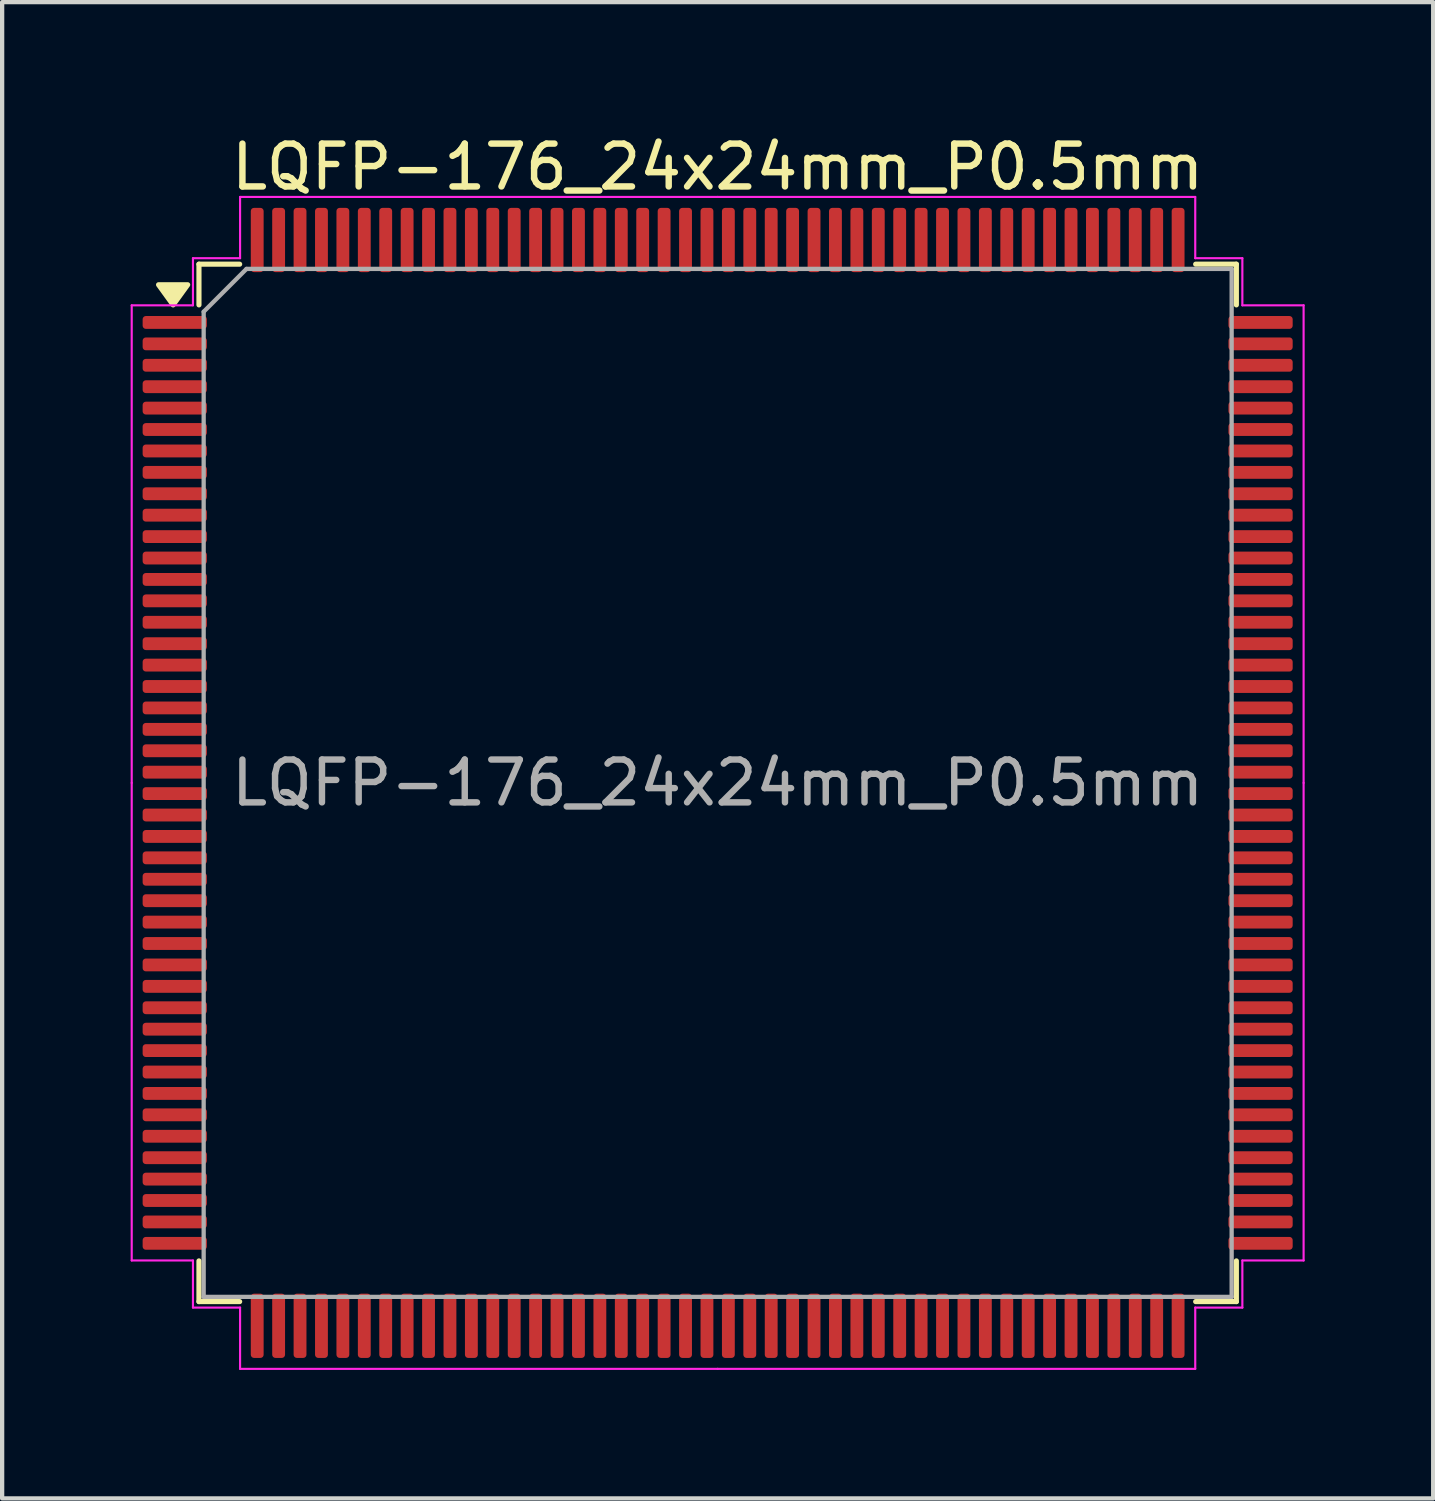
<source format=kicad_pcb>
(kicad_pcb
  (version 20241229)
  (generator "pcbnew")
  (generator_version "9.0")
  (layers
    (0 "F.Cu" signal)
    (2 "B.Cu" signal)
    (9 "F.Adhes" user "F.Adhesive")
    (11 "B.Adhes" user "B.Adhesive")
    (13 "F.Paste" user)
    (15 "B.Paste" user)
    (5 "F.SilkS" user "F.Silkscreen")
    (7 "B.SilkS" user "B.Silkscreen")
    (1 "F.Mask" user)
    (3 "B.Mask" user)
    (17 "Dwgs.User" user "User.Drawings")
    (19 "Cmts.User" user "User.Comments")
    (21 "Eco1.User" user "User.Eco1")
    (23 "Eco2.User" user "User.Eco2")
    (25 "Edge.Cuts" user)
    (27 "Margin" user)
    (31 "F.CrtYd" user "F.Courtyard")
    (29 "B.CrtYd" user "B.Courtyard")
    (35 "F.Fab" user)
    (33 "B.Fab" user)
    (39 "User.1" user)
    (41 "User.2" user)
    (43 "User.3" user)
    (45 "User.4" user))
  (footprint "LQFP-176_24x24mm_P0.5mm"
    (layer "F.Cu")
    (at 13.705 15.228)
    (property "Reference" "LQFP-176_24x24mm_P0.5mm" (at 0 -14.38 0) (layer "F.SilkS") (effects (font (size 1 1) (thickness 0.15))))
    (attr smd)
    (fp_line (start -12.11 -12.11) (end -12.11 -11.16) (stroke (width 0.12) (type solid)) (layer "F.SilkS"))
    (fp_line (start -12.11 12.11) (end -12.11 11.16) (stroke (width 0.12) (type solid)) (layer "F.SilkS"))
    (fp_line (start -11.16 -12.11) (end -12.11 -12.11) (stroke (width 0.12) (type solid)) (layer "F.SilkS"))
    (fp_line (start -11.16 12.11) (end -12.11 12.11) (stroke (width 0.12) (type solid)) (layer "F.SilkS"))
    (fp_line (start 11.16 -12.11) (end 12.11 -12.11) (stroke (width 0.12) (type solid)) (layer "F.SilkS"))
    (fp_line (start 11.16 12.11) (end 12.11 12.11) (stroke (width 0.12) (type solid)) (layer "F.SilkS"))
    (fp_line (start 12.11 -12.11) (end 12.11 -11.16) (stroke (width 0.12) (type solid)) (layer "F.SilkS"))
    (fp_line (start 12.11 12.11) (end 12.11 11.16) (stroke (width 0.12) (type solid)) (layer "F.SilkS"))
    (fp_poly (pts (xy -12.713 -11.16) (xy -13.053 -11.63) (xy -12.373 -11.63) (xy -12.713 -11.16)) (stroke (width 0.12) (type solid)) (fill yes) (layer "F.SilkS"))
    (fp_line (start -13.68 -11.15) (end -13.68 0) (stroke (width 0.05) (type solid)) (layer "F.CrtYd"))
    (fp_line (start -13.68 11.15) (end -13.68 0) (stroke (width 0.05) (type solid)) (layer "F.CrtYd"))
    (fp_line (start -12.25 -12.25) (end -12.25 -11.15) (stroke (width 0.05) (type solid)) (layer "F.CrtYd"))
    (fp_line (start -12.25 -11.15) (end -13.68 -11.15) (stroke (width 0.05) (type solid)) (layer "F.CrtYd"))
    (fp_line (start -12.25 11.15) (end -13.68 11.15) (stroke (width 0.05) (type solid)) (layer "F.CrtYd"))
    (fp_line (start -12.25 12.25) (end -12.25 11.15) (stroke (width 0.05) (type solid)) (layer "F.CrtYd"))
    (fp_line (start -11.15 -13.68) (end -11.15 -12.25) (stroke (width 0.05) (type solid)) (layer "F.CrtYd"))
    (fp_line (start -11.15 -12.25) (end -12.25 -12.25) (stroke (width 0.05) (type solid)) (layer "F.CrtYd"))
    (fp_line (start -11.15 12.25) (end -12.25 12.25) (stroke (width 0.05) (type solid)) (layer "F.CrtYd"))
    (fp_line (start -11.15 13.68) (end -11.15 12.25) (stroke (width 0.05) (type solid)) (layer "F.CrtYd"))
    (fp_line (start 0 -13.68) (end -11.15 -13.68) (stroke (width 0.05) (type solid)) (layer "F.CrtYd"))
    (fp_line (start 0 -13.68) (end 11.15 -13.68) (stroke (width 0.05) (type solid)) (layer "F.CrtYd"))
    (fp_line (start 0 13.68) (end -11.15 13.68) (stroke (width 0.05) (type solid)) (layer "F.CrtYd"))
    (fp_line (start 0 13.68) (end 11.15 13.68) (stroke (width 0.05) (type solid)) (layer "F.CrtYd"))
    (fp_line (start 11.15 -13.68) (end 11.15 -12.25) (stroke (width 0.05) (type solid)) (layer "F.CrtYd"))
    (fp_line (start 11.15 -12.25) (end 12.25 -12.25) (stroke (width 0.05) (type solid)) (layer "F.CrtYd"))
    (fp_line (start 11.15 12.25) (end 12.25 12.25) (stroke (width 0.05) (type solid)) (layer "F.CrtYd"))
    (fp_line (start 11.15 13.68) (end 11.15 12.25) (stroke (width 0.05) (type solid)) (layer "F.CrtYd"))
    (fp_line (start 12.25 -12.25) (end 12.25 -11.15) (stroke (width 0.05) (type solid)) (layer "F.CrtYd"))
    (fp_line (start 12.25 -11.15) (end 13.68 -11.15) (stroke (width 0.05) (type solid)) (layer "F.CrtYd"))
    (fp_line (start 12.25 11.15) (end 13.68 11.15) (stroke (width 0.05) (type solid)) (layer "F.CrtYd"))
    (fp_line (start 12.25 12.25) (end 12.25 11.15) (stroke (width 0.05) (type solid)) (layer "F.CrtYd"))
    (fp_line (start 13.68 -11.15) (end 13.68 0) (stroke (width 0.05) (type solid)) (layer "F.CrtYd"))
    (fp_line (start 13.68 11.15) (end 13.68 0) (stroke (width 0.05) (type solid)) (layer "F.CrtYd"))
    (fp_line (start -12 -11) (end -11 -12) (stroke (width 0.1) (type solid)) (layer "F.Fab"))
    (fp_line (start -12 12) (end -12 -11) (stroke (width 0.1) (type solid)) (layer "F.Fab"))
    (fp_line (start -11 -12) (end 12 -12) (stroke (width 0.1) (type solid)) (layer "F.Fab"))
    (fp_line (start 12 -12) (end 12 12) (stroke (width 0.1) (type solid)) (layer "F.Fab"))
    (fp_line (start 12 12) (end -12 12) (stroke (width 0.1) (type solid)) (layer "F.Fab"))
    (fp_text user "${REFERENCE}" (at 0 0 0) (layer "F.Fab") (effects (font (size 1 1) (thickness 0.15))))
    (pad "1" smd roundrect (at -12.675 -10.75) (size 1.5 0.3) (layers "F.Cu" "F.Mask" "F.Paste") (roundrect_rratio 0.25))
    (pad "2" smd roundrect (at -12.675 -10.25) (size 1.5 0.3) (layers "F.Cu" "F.Mask" "F.Paste") (roundrect_rratio 0.25))
    (pad "3" smd roundrect (at -12.675 -9.75) (size 1.5 0.3) (layers "F.Cu" "F.Mask" "F.Paste") (roundrect_rratio 0.25))
    (pad "4" smd roundrect (at -12.675 -9.25) (size 1.5 0.3) (layers "F.Cu" "F.Mask" "F.Paste") (roundrect_rratio 0.25))
    (pad "5" smd roundrect (at -12.675 -8.75) (size 1.5 0.3) (layers "F.Cu" "F.Mask" "F.Paste") (roundrect_rratio 0.25))
    (pad "6" smd roundrect (at -12.675 -8.25) (size 1.5 0.3) (layers "F.Cu" "F.Mask" "F.Paste") (roundrect_rratio 0.25))
    (pad "7" smd roundrect (at -12.675 -7.75) (size 1.5 0.3) (layers "F.Cu" "F.Mask" "F.Paste") (roundrect_rratio 0.25))
    (pad "8" smd roundrect (at -12.675 -7.25) (size 1.5 0.3) (layers "F.Cu" "F.Mask" "F.Paste") (roundrect_rratio 0.25))
    (pad "9" smd roundrect (at -12.675 -6.75) (size 1.5 0.3) (layers "F.Cu" "F.Mask" "F.Paste") (roundrect_rratio 0.25))
    (pad "10" smd roundrect (at -12.675 -6.25) (size 1.5 0.3) (layers "F.Cu" "F.Mask" "F.Paste") (roundrect_rratio 0.25))
    (pad "11" smd roundrect (at -12.675 -5.75) (size 1.5 0.3) (layers "F.Cu" "F.Mask" "F.Paste") (roundrect_rratio 0.25))
    (pad "12" smd roundrect (at -12.675 -5.25) (size 1.5 0.3) (layers "F.Cu" "F.Mask" "F.Paste") (roundrect_rratio 0.25))
    (pad "13" smd roundrect (at -12.675 -4.75) (size 1.5 0.3) (layers "F.Cu" "F.Mask" "F.Paste") (roundrect_rratio 0.25))
    (pad "14" smd roundrect (at -12.675 -4.25) (size 1.5 0.3) (layers "F.Cu" "F.Mask" "F.Paste") (roundrect_rratio 0.25))
    (pad "15" smd roundrect (at -12.675 -3.75) (size 1.5 0.3) (layers "F.Cu" "F.Mask" "F.Paste") (roundrect_rratio 0.25))
    (pad "16" smd roundrect (at -12.675 -3.25) (size 1.5 0.3) (layers "F.Cu" "F.Mask" "F.Paste") (roundrect_rratio 0.25))
    (pad "17" smd roundrect (at -12.675 -2.75) (size 1.5 0.3) (layers "F.Cu" "F.Mask" "F.Paste") (roundrect_rratio 0.25))
    (pad "18" smd roundrect (at -12.675 -2.25) (size 1.5 0.3) (layers "F.Cu" "F.Mask" "F.Paste") (roundrect_rratio 0.25))
    (pad "19" smd roundrect (at -12.675 -1.75) (size 1.5 0.3) (layers "F.Cu" "F.Mask" "F.Paste") (roundrect_rratio 0.25))
    (pad "20" smd roundrect (at -12.675 -1.25) (size 1.5 0.3) (layers "F.Cu" "F.Mask" "F.Paste") (roundrect_rratio 0.25))
    (pad "21" smd roundrect (at -12.675 -0.75) (size 1.5 0.3) (layers "F.Cu" "F.Mask" "F.Paste") (roundrect_rratio 0.25))
    (pad "22" smd roundrect (at -12.675 -0.25) (size 1.5 0.3) (layers "F.Cu" "F.Mask" "F.Paste") (roundrect_rratio 0.25))
    (pad "23" smd roundrect (at -12.675 0.25) (size 1.5 0.3) (layers "F.Cu" "F.Mask" "F.Paste") (roundrect_rratio 0.25))
    (pad "24" smd roundrect (at -12.675 0.75) (size 1.5 0.3) (layers "F.Cu" "F.Mask" "F.Paste") (roundrect_rratio 0.25))
    (pad "25" smd roundrect (at -12.675 1.25) (size 1.5 0.3) (layers "F.Cu" "F.Mask" "F.Paste") (roundrect_rratio 0.25))
    (pad "26" smd roundrect (at -12.675 1.75) (size 1.5 0.3) (layers "F.Cu" "F.Mask" "F.Paste") (roundrect_rratio 0.25))
    (pad "27" smd roundrect (at -12.675 2.25) (size 1.5 0.3) (layers "F.Cu" "F.Mask" "F.Paste") (roundrect_rratio 0.25))
    (pad "28" smd roundrect (at -12.675 2.75) (size 1.5 0.3) (layers "F.Cu" "F.Mask" "F.Paste") (roundrect_rratio 0.25))
    (pad "29" smd roundrect (at -12.675 3.25) (size 1.5 0.3) (layers "F.Cu" "F.Mask" "F.Paste") (roundrect_rratio 0.25))
    (pad "30" smd roundrect (at -12.675 3.75) (size 1.5 0.3) (layers "F.Cu" "F.Mask" "F.Paste") (roundrect_rratio 0.25))
    (pad "31" smd roundrect (at -12.675 4.25) (size 1.5 0.3) (layers "F.Cu" "F.Mask" "F.Paste") (roundrect_rratio 0.25))
    (pad "32" smd roundrect (at -12.675 4.75) (size 1.5 0.3) (layers "F.Cu" "F.Mask" "F.Paste") (roundrect_rratio 0.25))
    (pad "33" smd roundrect (at -12.675 5.25) (size 1.5 0.3) (layers "F.Cu" "F.Mask" "F.Paste") (roundrect_rratio 0.25))
    (pad "34" smd roundrect (at -12.675 5.75) (size 1.5 0.3) (layers "F.Cu" "F.Mask" "F.Paste") (roundrect_rratio 0.25))
    (pad "35" smd roundrect (at -12.675 6.25) (size 1.5 0.3) (layers "F.Cu" "F.Mask" "F.Paste") (roundrect_rratio 0.25))
    (pad "36" smd roundrect (at -12.675 6.75) (size 1.5 0.3) (layers "F.Cu" "F.Mask" "F.Paste") (roundrect_rratio 0.25))
    (pad "37" smd roundrect (at -12.675 7.25) (size 1.5 0.3) (layers "F.Cu" "F.Mask" "F.Paste") (roundrect_rratio 0.25))
    (pad "38" smd roundrect (at -12.675 7.75) (size 1.5 0.3) (layers "F.Cu" "F.Mask" "F.Paste") (roundrect_rratio 0.25))
    (pad "39" smd roundrect (at -12.675 8.25) (size 1.5 0.3) (layers "F.Cu" "F.Mask" "F.Paste") (roundrect_rratio 0.25))
    (pad "40" smd roundrect (at -12.675 8.75) (size 1.5 0.3) (layers "F.Cu" "F.Mask" "F.Paste") (roundrect_rratio 0.25))
    (pad "41" smd roundrect (at -12.675 9.25) (size 1.5 0.3) (layers "F.Cu" "F.Mask" "F.Paste") (roundrect_rratio 0.25))
    (pad "42" smd roundrect (at -12.675 9.75) (size 1.5 0.3) (layers "F.Cu" "F.Mask" "F.Paste") (roundrect_rratio 0.25))
    (pad "43" smd roundrect (at -12.675 10.25) (size 1.5 0.3) (layers "F.Cu" "F.Mask" "F.Paste") (roundrect_rratio 0.25))
    (pad "44" smd roundrect (at -12.675 10.75) (size 1.5 0.3) (layers "F.Cu" "F.Mask" "F.Paste") (roundrect_rratio 0.25))
    (pad "45" smd roundrect (at -10.75 12.675) (size 0.3 1.5) (layers "F.Cu" "F.Mask" "F.Paste") (roundrect_rratio 0.25))
    (pad "46" smd roundrect (at -10.25 12.675) (size 0.3 1.5) (layers "F.Cu" "F.Mask" "F.Paste") (roundrect_rratio 0.25))
    (pad "47" smd roundrect (at -9.75 12.675) (size 0.3 1.5) (layers "F.Cu" "F.Mask" "F.Paste") (roundrect_rratio 0.25))
    (pad "48" smd roundrect (at -9.25 12.675) (size 0.3 1.5) (layers "F.Cu" "F.Mask" "F.Paste") (roundrect_rratio 0.25))
    (pad "49" smd roundrect (at -8.75 12.675) (size 0.3 1.5) (layers "F.Cu" "F.Mask" "F.Paste") (roundrect_rratio 0.25))
    (pad "50" smd roundrect (at -8.25 12.675) (size 0.3 1.5) (layers "F.Cu" "F.Mask" "F.Paste") (roundrect_rratio 0.25))
    (pad "51" smd roundrect (at -7.75 12.675) (size 0.3 1.5) (layers "F.Cu" "F.Mask" "F.Paste") (roundrect_rratio 0.25))
    (pad "52" smd roundrect (at -7.25 12.675) (size 0.3 1.5) (layers "F.Cu" "F.Mask" "F.Paste") (roundrect_rratio 0.25))
    (pad "53" smd roundrect (at -6.75 12.675) (size 0.3 1.5) (layers "F.Cu" "F.Mask" "F.Paste") (roundrect_rratio 0.25))
    (pad "54" smd roundrect (at -6.25 12.675) (size 0.3 1.5) (layers "F.Cu" "F.Mask" "F.Paste") (roundrect_rratio 0.25))
    (pad "55" smd roundrect (at -5.75 12.675) (size 0.3 1.5) (layers "F.Cu" "F.Mask" "F.Paste") (roundrect_rratio 0.25))
    (pad "56" smd roundrect (at -5.25 12.675) (size 0.3 1.5) (layers "F.Cu" "F.Mask" "F.Paste") (roundrect_rratio 0.25))
    (pad "57" smd roundrect (at -4.75 12.675) (size 0.3 1.5) (layers "F.Cu" "F.Mask" "F.Paste") (roundrect_rratio 0.25))
    (pad "58" smd roundrect (at -4.25 12.675) (size 0.3 1.5) (layers "F.Cu" "F.Mask" "F.Paste") (roundrect_rratio 0.25))
    (pad "59" smd roundrect (at -3.75 12.675) (size 0.3 1.5) (layers "F.Cu" "F.Mask" "F.Paste") (roundrect_rratio 0.25))
    (pad "60" smd roundrect (at -3.25 12.675) (size 0.3 1.5) (layers "F.Cu" "F.Mask" "F.Paste") (roundrect_rratio 0.25))
    (pad "61" smd roundrect (at -2.75 12.675) (size 0.3 1.5) (layers "F.Cu" "F.Mask" "F.Paste") (roundrect_rratio 0.25))
    (pad "62" smd roundrect (at -2.25 12.675) (size 0.3 1.5) (layers "F.Cu" "F.Mask" "F.Paste") (roundrect_rratio 0.25))
    (pad "63" smd roundrect (at -1.75 12.675) (size 0.3 1.5) (layers "F.Cu" "F.Mask" "F.Paste") (roundrect_rratio 0.25))
    (pad "64" smd roundrect (at -1.25 12.675) (size 0.3 1.5) (layers "F.Cu" "F.Mask" "F.Paste") (roundrect_rratio 0.25))
    (pad "65" smd roundrect (at -0.75 12.675) (size 0.3 1.5) (layers "F.Cu" "F.Mask" "F.Paste") (roundrect_rratio 0.25))
    (pad "66" smd roundrect (at -0.25 12.675) (size 0.3 1.5) (layers "F.Cu" "F.Mask" "F.Paste") (roundrect_rratio 0.25))
    (pad "67" smd roundrect (at 0.25 12.675) (size 0.3 1.5) (layers "F.Cu" "F.Mask" "F.Paste") (roundrect_rratio 0.25))
    (pad "68" smd roundrect (at 0.75 12.675) (size 0.3 1.5) (layers "F.Cu" "F.Mask" "F.Paste") (roundrect_rratio 0.25))
    (pad "69" smd roundrect (at 1.25 12.675) (size 0.3 1.5) (layers "F.Cu" "F.Mask" "F.Paste") (roundrect_rratio 0.25))
    (pad "70" smd roundrect (at 1.75 12.675) (size 0.3 1.5) (layers "F.Cu" "F.Mask" "F.Paste") (roundrect_rratio 0.25))
    (pad "71" smd roundrect (at 2.25 12.675) (size 0.3 1.5) (layers "F.Cu" "F.Mask" "F.Paste") (roundrect_rratio 0.25))
    (pad "72" smd roundrect (at 2.75 12.675) (size 0.3 1.5) (layers "F.Cu" "F.Mask" "F.Paste") (roundrect_rratio 0.25))
    (pad "73" smd roundrect (at 3.25 12.675) (size 0.3 1.5) (layers "F.Cu" "F.Mask" "F.Paste") (roundrect_rratio 0.25))
    (pad "74" smd roundrect (at 3.75 12.675) (size 0.3 1.5) (layers "F.Cu" "F.Mask" "F.Paste") (roundrect_rratio 0.25))
    (pad "75" smd roundrect (at 4.25 12.675) (size 0.3 1.5) (layers "F.Cu" "F.Mask" "F.Paste") (roundrect_rratio 0.25))
    (pad "76" smd roundrect (at 4.75 12.675) (size 0.3 1.5) (layers "F.Cu" "F.Mask" "F.Paste") (roundrect_rratio 0.25))
    (pad "77" smd roundrect (at 5.25 12.675) (size 0.3 1.5) (layers "F.Cu" "F.Mask" "F.Paste") (roundrect_rratio 0.25))
    (pad "78" smd roundrect (at 5.75 12.675) (size 0.3 1.5) (layers "F.Cu" "F.Mask" "F.Paste") (roundrect_rratio 0.25))
    (pad "79" smd roundrect (at 6.25 12.675) (size 0.3 1.5) (layers "F.Cu" "F.Mask" "F.Paste") (roundrect_rratio 0.25))
    (pad "80" smd roundrect (at 6.75 12.675) (size 0.3 1.5) (layers "F.Cu" "F.Mask" "F.Paste") (roundrect_rratio 0.25))
    (pad "81" smd roundrect (at 7.25 12.675) (size 0.3 1.5) (layers "F.Cu" "F.Mask" "F.Paste") (roundrect_rratio 0.25))
    (pad "82" smd roundrect (at 7.75 12.675) (size 0.3 1.5) (layers "F.Cu" "F.Mask" "F.Paste") (roundrect_rratio 0.25))
    (pad "83" smd roundrect (at 8.25 12.675) (size 0.3 1.5) (layers "F.Cu" "F.Mask" "F.Paste") (roundrect_rratio 0.25))
    (pad "84" smd roundrect (at 8.75 12.675) (size 0.3 1.5) (layers "F.Cu" "F.Mask" "F.Paste") (roundrect_rratio 0.25))
    (pad "85" smd roundrect (at 9.25 12.675) (size 0.3 1.5) (layers "F.Cu" "F.Mask" "F.Paste") (roundrect_rratio 0.25))
    (pad "86" smd roundrect (at 9.75 12.675) (size 0.3 1.5) (layers "F.Cu" "F.Mask" "F.Paste") (roundrect_rratio 0.25))
    (pad "87" smd roundrect (at 10.25 12.675) (size 0.3 1.5) (layers "F.Cu" "F.Mask" "F.Paste") (roundrect_rratio 0.25))
    (pad "88" smd roundrect (at 10.75 12.675) (size 0.3 1.5) (layers "F.Cu" "F.Mask" "F.Paste") (roundrect_rratio 0.25))
    (pad "89" smd roundrect (at 12.675 10.75) (size 1.5 0.3) (layers "F.Cu" "F.Mask" "F.Paste") (roundrect_rratio 0.25))
    (pad "90" smd roundrect (at 12.675 10.25) (size 1.5 0.3) (layers "F.Cu" "F.Mask" "F.Paste") (roundrect_rratio 0.25))
    (pad "91" smd roundrect (at 12.675 9.75) (size 1.5 0.3) (layers "F.Cu" "F.Mask" "F.Paste") (roundrect_rratio 0.25))
    (pad "92" smd roundrect (at 12.675 9.25) (size 1.5 0.3) (layers "F.Cu" "F.Mask" "F.Paste") (roundrect_rratio 0.25))
    (pad "93" smd roundrect (at 12.675 8.75) (size 1.5 0.3) (layers "F.Cu" "F.Mask" "F.Paste") (roundrect_rratio 0.25))
    (pad "94" smd roundrect (at 12.675 8.25) (size 1.5 0.3) (layers "F.Cu" "F.Mask" "F.Paste") (roundrect_rratio 0.25))
    (pad "95" smd roundrect (at 12.675 7.75) (size 1.5 0.3) (layers "F.Cu" "F.Mask" "F.Paste") (roundrect_rratio 0.25))
    (pad "96" smd roundrect (at 12.675 7.25) (size 1.5 0.3) (layers "F.Cu" "F.Mask" "F.Paste") (roundrect_rratio 0.25))
    (pad "97" smd roundrect (at 12.675 6.75) (size 1.5 0.3) (layers "F.Cu" "F.Mask" "F.Paste") (roundrect_rratio 0.25))
    (pad "98" smd roundrect (at 12.675 6.25) (size 1.5 0.3) (layers "F.Cu" "F.Mask" "F.Paste") (roundrect_rratio 0.25))
    (pad "99" smd roundrect (at 12.675 5.75) (size 1.5 0.3) (layers "F.Cu" "F.Mask" "F.Paste") (roundrect_rratio 0.25))
    (pad "100" smd roundrect (at 12.675 5.25) (size 1.5 0.3) (layers "F.Cu" "F.Mask" "F.Paste") (roundrect_rratio 0.25))
    (pad "101" smd roundrect (at 12.675 4.75) (size 1.5 0.3) (layers "F.Cu" "F.Mask" "F.Paste") (roundrect_rratio 0.25))
    (pad "102" smd roundrect (at 12.675 4.25) (size 1.5 0.3) (layers "F.Cu" "F.Mask" "F.Paste") (roundrect_rratio 0.25))
    (pad "103" smd roundrect (at 12.675 3.75) (size 1.5 0.3) (layers "F.Cu" "F.Mask" "F.Paste") (roundrect_rratio 0.25))
    (pad "104" smd roundrect (at 12.675 3.25) (size 1.5 0.3) (layers "F.Cu" "F.Mask" "F.Paste") (roundrect_rratio 0.25))
    (pad "105" smd roundrect (at 12.675 2.75) (size 1.5 0.3) (layers "F.Cu" "F.Mask" "F.Paste") (roundrect_rratio 0.25))
    (pad "106" smd roundrect (at 12.675 2.25) (size 1.5 0.3) (layers "F.Cu" "F.Mask" "F.Paste") (roundrect_rratio 0.25))
    (pad "107" smd roundrect (at 12.675 1.75) (size 1.5 0.3) (layers "F.Cu" "F.Mask" "F.Paste") (roundrect_rratio 0.25))
    (pad "108" smd roundrect (at 12.675 1.25) (size 1.5 0.3) (layers "F.Cu" "F.Mask" "F.Paste") (roundrect_rratio 0.25))
    (pad "109" smd roundrect (at 12.675 0.75) (size 1.5 0.3) (layers "F.Cu" "F.Mask" "F.Paste") (roundrect_rratio 0.25))
    (pad "110" smd roundrect (at 12.675 0.25) (size 1.5 0.3) (layers "F.Cu" "F.Mask" "F.Paste") (roundrect_rratio 0.25))
    (pad "111" smd roundrect (at 12.675 -0.25) (size 1.5 0.3) (layers "F.Cu" "F.Mask" "F.Paste") (roundrect_rratio 0.25))
    (pad "112" smd roundrect (at 12.675 -0.75) (size 1.5 0.3) (layers "F.Cu" "F.Mask" "F.Paste") (roundrect_rratio 0.25))
    (pad "113" smd roundrect (at 12.675 -1.25) (size 1.5 0.3) (layers "F.Cu" "F.Mask" "F.Paste") (roundrect_rratio 0.25))
    (pad "114" smd roundrect (at 12.675 -1.75) (size 1.5 0.3) (layers "F.Cu" "F.Mask" "F.Paste") (roundrect_rratio 0.25))
    (pad "115" smd roundrect (at 12.675 -2.25) (size 1.5 0.3) (layers "F.Cu" "F.Mask" "F.Paste") (roundrect_rratio 0.25))
    (pad "116" smd roundrect (at 12.675 -2.75) (size 1.5 0.3) (layers "F.Cu" "F.Mask" "F.Paste") (roundrect_rratio 0.25))
    (pad "117" smd roundrect (at 12.675 -3.25) (size 1.5 0.3) (layers "F.Cu" "F.Mask" "F.Paste") (roundrect_rratio 0.25))
    (pad "118" smd roundrect (at 12.675 -3.75) (size 1.5 0.3) (layers "F.Cu" "F.Mask" "F.Paste") (roundrect_rratio 0.25))
    (pad "119" smd roundrect (at 12.675 -4.25) (size 1.5 0.3) (layers "F.Cu" "F.Mask" "F.Paste") (roundrect_rratio 0.25))
    (pad "120" smd roundrect (at 12.675 -4.75) (size 1.5 0.3) (layers "F.Cu" "F.Mask" "F.Paste") (roundrect_rratio 0.25))
    (pad "121" smd roundrect (at 12.675 -5.25) (size 1.5 0.3) (layers "F.Cu" "F.Mask" "F.Paste") (roundrect_rratio 0.25))
    (pad "122" smd roundrect (at 12.675 -5.75) (size 1.5 0.3) (layers "F.Cu" "F.Mask" "F.Paste") (roundrect_rratio 0.25))
    (pad "123" smd roundrect (at 12.675 -6.25) (size 1.5 0.3) (layers "F.Cu" "F.Mask" "F.Paste") (roundrect_rratio 0.25))
    (pad "124" smd roundrect (at 12.675 -6.75) (size 1.5 0.3) (layers "F.Cu" "F.Mask" "F.Paste") (roundrect_rratio 0.25))
    (pad "125" smd roundrect (at 12.675 -7.25) (size 1.5 0.3) (layers "F.Cu" "F.Mask" "F.Paste") (roundrect_rratio 0.25))
    (pad "126" smd roundrect (at 12.675 -7.75) (size 1.5 0.3) (layers "F.Cu" "F.Mask" "F.Paste") (roundrect_rratio 0.25))
    (pad "127" smd roundrect (at 12.675 -8.25) (size 1.5 0.3) (layers "F.Cu" "F.Mask" "F.Paste") (roundrect_rratio 0.25))
    (pad "128" smd roundrect (at 12.675 -8.75) (size 1.5 0.3) (layers "F.Cu" "F.Mask" "F.Paste") (roundrect_rratio 0.25))
    (pad "129" smd roundrect (at 12.675 -9.25) (size 1.5 0.3) (layers "F.Cu" "F.Mask" "F.Paste") (roundrect_rratio 0.25))
    (pad "130" smd roundrect (at 12.675 -9.75) (size 1.5 0.3) (layers "F.Cu" "F.Mask" "F.Paste") (roundrect_rratio 0.25))
    (pad "131" smd roundrect (at 12.675 -10.25) (size 1.5 0.3) (layers "F.Cu" "F.Mask" "F.Paste") (roundrect_rratio 0.25))
    (pad "132" smd roundrect (at 12.675 -10.75) (size 1.5 0.3) (layers "F.Cu" "F.Mask" "F.Paste") (roundrect_rratio 0.25))
    (pad "133" smd roundrect (at 10.75 -12.675) (size 0.3 1.5) (layers "F.Cu" "F.Mask" "F.Paste") (roundrect_rratio 0.25))
    (pad "134" smd roundrect (at 10.25 -12.675) (size 0.3 1.5) (layers "F.Cu" "F.Mask" "F.Paste") (roundrect_rratio 0.25))
    (pad "135" smd roundrect (at 9.75 -12.675) (size 0.3 1.5) (layers "F.Cu" "F.Mask" "F.Paste") (roundrect_rratio 0.25))
    (pad "136" smd roundrect (at 9.25 -12.675) (size 0.3 1.5) (layers "F.Cu" "F.Mask" "F.Paste") (roundrect_rratio 0.25))
    (pad "137" smd roundrect (at 8.75 -12.675) (size 0.3 1.5) (layers "F.Cu" "F.Mask" "F.Paste") (roundrect_rratio 0.25))
    (pad "138" smd roundrect (at 8.25 -12.675) (size 0.3 1.5) (layers "F.Cu" "F.Mask" "F.Paste") (roundrect_rratio 0.25))
    (pad "139" smd roundrect (at 7.75 -12.675) (size 0.3 1.5) (layers "F.Cu" "F.Mask" "F.Paste") (roundrect_rratio 0.25))
    (pad "140" smd roundrect (at 7.25 -12.675) (size 0.3 1.5) (layers "F.Cu" "F.Mask" "F.Paste") (roundrect_rratio 0.25))
    (pad "141" smd roundrect (at 6.75 -12.675) (size 0.3 1.5) (layers "F.Cu" "F.Mask" "F.Paste") (roundrect_rratio 0.25))
    (pad "142" smd roundrect (at 6.25 -12.675) (size 0.3 1.5) (layers "F.Cu" "F.Mask" "F.Paste") (roundrect_rratio 0.25))
    (pad "143" smd roundrect (at 5.75 -12.675) (size 0.3 1.5) (layers "F.Cu" "F.Mask" "F.Paste") (roundrect_rratio 0.25))
    (pad "144" smd roundrect (at 5.25 -12.675) (size 0.3 1.5) (layers "F.Cu" "F.Mask" "F.Paste") (roundrect_rratio 0.25))
    (pad "145" smd roundrect (at 4.75 -12.675) (size 0.3 1.5) (layers "F.Cu" "F.Mask" "F.Paste") (roundrect_rratio 0.25))
    (pad "146" smd roundrect (at 4.25 -12.675) (size 0.3 1.5) (layers "F.Cu" "F.Mask" "F.Paste") (roundrect_rratio 0.25))
    (pad "147" smd roundrect (at 3.75 -12.675) (size 0.3 1.5) (layers "F.Cu" "F.Mask" "F.Paste") (roundrect_rratio 0.25))
    (pad "148" smd roundrect (at 3.25 -12.675) (size 0.3 1.5) (layers "F.Cu" "F.Mask" "F.Paste") (roundrect_rratio 0.25))
    (pad "149" smd roundrect (at 2.75 -12.675) (size 0.3 1.5) (layers "F.Cu" "F.Mask" "F.Paste") (roundrect_rratio 0.25))
    (pad "150" smd roundrect (at 2.25 -12.675) (size 0.3 1.5) (layers "F.Cu" "F.Mask" "F.Paste") (roundrect_rratio 0.25))
    (pad "151" smd roundrect (at 1.75 -12.675) (size 0.3 1.5) (layers "F.Cu" "F.Mask" "F.Paste") (roundrect_rratio 0.25))
    (pad "152" smd roundrect (at 1.25 -12.675) (size 0.3 1.5) (layers "F.Cu" "F.Mask" "F.Paste") (roundrect_rratio 0.25))
    (pad "153" smd roundrect (at 0.75 -12.675) (size 0.3 1.5) (layers "F.Cu" "F.Mask" "F.Paste") (roundrect_rratio 0.25))
    (pad "154" smd roundrect (at 0.25 -12.675) (size 0.3 1.5) (layers "F.Cu" "F.Mask" "F.Paste") (roundrect_rratio 0.25))
    (pad "155" smd roundrect (at -0.25 -12.675) (size 0.3 1.5) (layers "F.Cu" "F.Mask" "F.Paste") (roundrect_rratio 0.25))
    (pad "156" smd roundrect (at -0.75 -12.675) (size 0.3 1.5) (layers "F.Cu" "F.Mask" "F.Paste") (roundrect_rratio 0.25))
    (pad "157" smd roundrect (at -1.25 -12.675) (size 0.3 1.5) (layers "F.Cu" "F.Mask" "F.Paste") (roundrect_rratio 0.25))
    (pad "158" smd roundrect (at -1.75 -12.675) (size 0.3 1.5) (layers "F.Cu" "F.Mask" "F.Paste") (roundrect_rratio 0.25))
    (pad "159" smd roundrect (at -2.25 -12.675) (size 0.3 1.5) (layers "F.Cu" "F.Mask" "F.Paste") (roundrect_rratio 0.25))
    (pad "160" smd roundrect (at -2.75 -12.675) (size 0.3 1.5) (layers "F.Cu" "F.Mask" "F.Paste") (roundrect_rratio 0.25))
    (pad "161" smd roundrect (at -3.25 -12.675) (size 0.3 1.5) (layers "F.Cu" "F.Mask" "F.Paste") (roundrect_rratio 0.25))
    (pad "162" smd roundrect (at -3.75 -12.675) (size 0.3 1.5) (layers "F.Cu" "F.Mask" "F.Paste") (roundrect_rratio 0.25))
    (pad "163" smd roundrect (at -4.25 -12.675) (size 0.3 1.5) (layers "F.Cu" "F.Mask" "F.Paste") (roundrect_rratio 0.25))
    (pad "164" smd roundrect (at -4.75 -12.675) (size 0.3 1.5) (layers "F.Cu" "F.Mask" "F.Paste") (roundrect_rratio 0.25))
    (pad "165" smd roundrect (at -5.25 -12.675) (size 0.3 1.5) (layers "F.Cu" "F.Mask" "F.Paste") (roundrect_rratio 0.25))
    (pad "166" smd roundrect (at -5.75 -12.675) (size 0.3 1.5) (layers "F.Cu" "F.Mask" "F.Paste") (roundrect_rratio 0.25))
    (pad "167" smd roundrect (at -6.25 -12.675) (size 0.3 1.5) (layers "F.Cu" "F.Mask" "F.Paste") (roundrect_rratio 0.25))
    (pad "168" smd roundrect (at -6.75 -12.675) (size 0.3 1.5) (layers "F.Cu" "F.Mask" "F.Paste") (roundrect_rratio 0.25))
    (pad "169" smd roundrect (at -7.25 -12.675) (size 0.3 1.5) (layers "F.Cu" "F.Mask" "F.Paste") (roundrect_rratio 0.25))
    (pad "170" smd roundrect (at -7.75 -12.675) (size 0.3 1.5) (layers "F.Cu" "F.Mask" "F.Paste") (roundrect_rratio 0.25))
    (pad "171" smd roundrect (at -8.25 -12.675) (size 0.3 1.5) (layers "F.Cu" "F.Mask" "F.Paste") (roundrect_rratio 0.25))
    (pad "172" smd roundrect (at -8.75 -12.675) (size 0.3 1.5) (layers "F.Cu" "F.Mask" "F.Paste") (roundrect_rratio 0.25))
    (pad "173" smd roundrect (at -9.25 -12.675) (size 0.3 1.5) (layers "F.Cu" "F.Mask" "F.Paste") (roundrect_rratio 0.25))
    (pad "174" smd roundrect (at -9.75 -12.675) (size 0.3 1.5) (layers "F.Cu" "F.Mask" "F.Paste") (roundrect_rratio 0.25))
    (pad "175" smd roundrect (at -10.25 -12.675) (size 0.3 1.5) (layers "F.Cu" "F.Mask" "F.Paste") (roundrect_rratio 0.25))
    (pad "176" smd roundrect (at -10.75 -12.675) (size 0.3 1.5) (layers "F.Cu" "F.Mask" "F.Paste") (roundrect_rratio 0.25)))
  (gr_rect
    (start -3 -3)
    (end 30.41 31.933)
    (stroke (width 0.1) (type default))
    (fill no)
    (layer "Edge.Cuts")))
</source>
